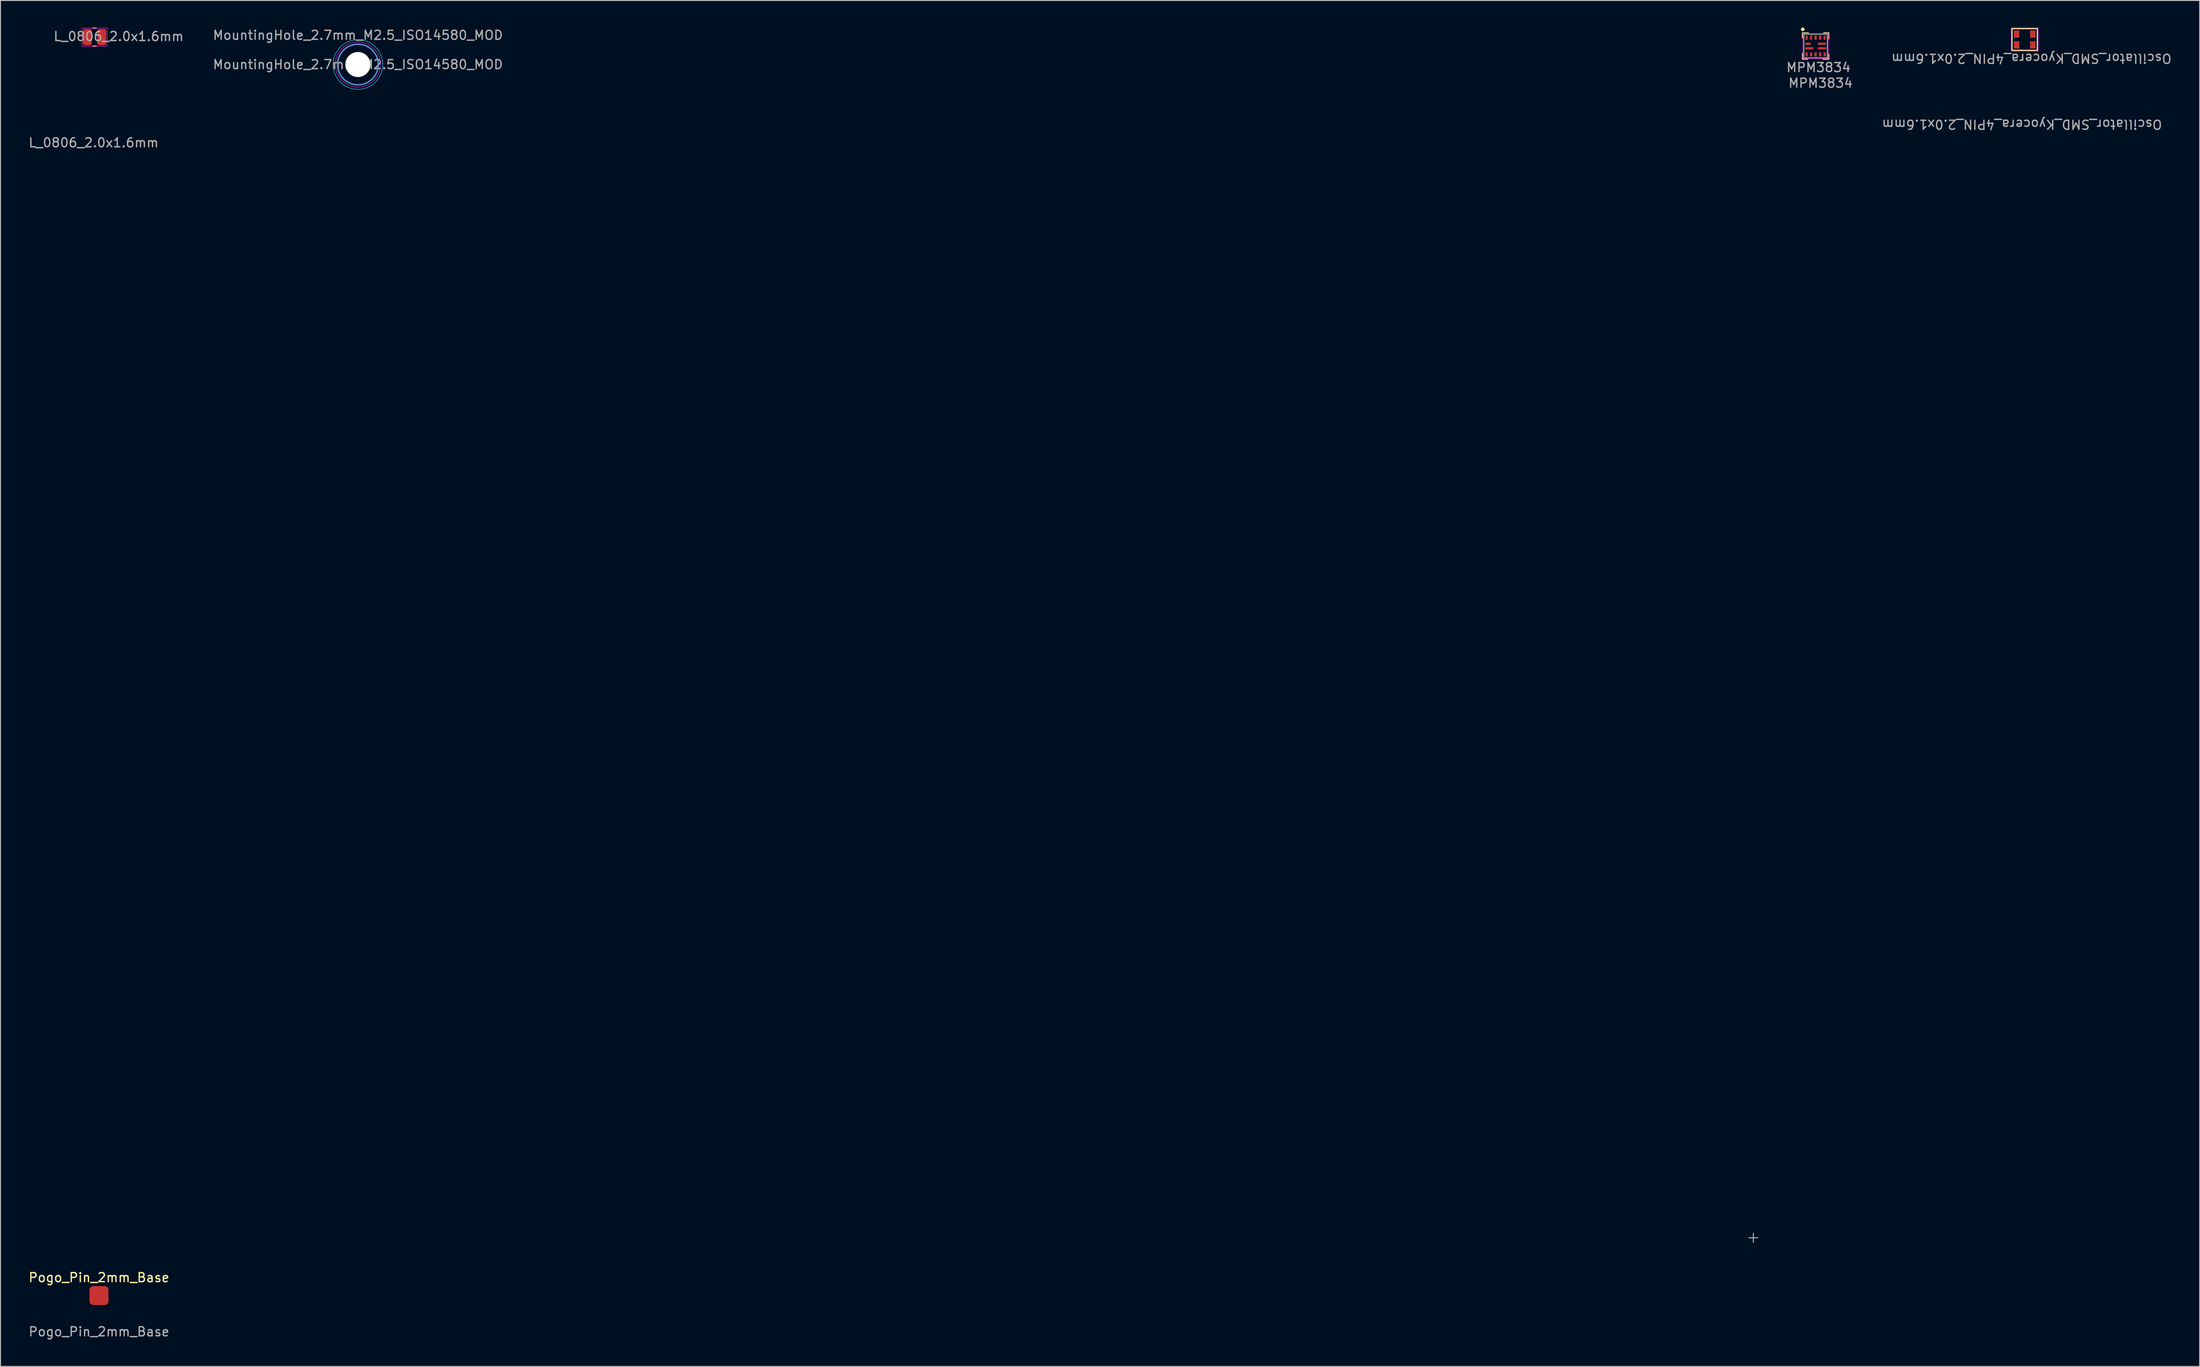
<source format=kicad_pcb>
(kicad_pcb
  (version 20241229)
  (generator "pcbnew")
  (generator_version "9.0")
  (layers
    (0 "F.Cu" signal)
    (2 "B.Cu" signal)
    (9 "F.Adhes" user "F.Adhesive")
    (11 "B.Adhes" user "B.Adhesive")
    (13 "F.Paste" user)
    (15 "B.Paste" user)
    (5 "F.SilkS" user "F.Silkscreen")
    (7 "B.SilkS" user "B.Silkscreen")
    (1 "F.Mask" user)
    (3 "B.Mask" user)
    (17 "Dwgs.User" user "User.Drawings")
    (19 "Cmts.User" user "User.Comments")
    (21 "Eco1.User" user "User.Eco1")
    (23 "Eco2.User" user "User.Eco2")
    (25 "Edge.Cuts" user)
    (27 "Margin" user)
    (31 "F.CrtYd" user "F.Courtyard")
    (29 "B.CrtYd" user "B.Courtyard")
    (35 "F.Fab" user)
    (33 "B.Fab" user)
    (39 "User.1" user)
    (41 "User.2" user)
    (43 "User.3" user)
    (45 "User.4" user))
  (footprint "Oscillator_SMD_Kyocera_4PIN_2.0x1.6mm"
    (layer "F.Cu")
    (at 221.124 1.325)
    (property "Reference" "Oscillator_SMD_Kyocera_4PIN_2.0x1.6mm" (at 0.75 2.1 180) (unlocked yes) (layer "F.Fab") (effects (font (size 1 1) (thickness 0.15))))
    (attr smd)
    (fp_rect (start -1.4 -1.2) (end 1.4 1.2) (stroke (width 0.12) (type default)) (fill no) (layer "F.SilkS"))
    (fp_rect (start -1.5 -1.3) (end 1.5 1.3) (stroke (width 0.05) (type default)) (fill no) (layer "F.CrtYd"))
    (fp_text user "${REFERENCE}" (at -0.3 9.4 180) (unlocked yes) (layer "F.Fab") (effects (font (size 1 1) (thickness 0.15))))
    (pad "1" smd rect (at -0.9 0.6 180) (size 0.6 0.8) (layers "F.Cu" "F.Mask" "F.Paste"))
    (pad "2" smd rect (at 0.9 0.6 180) (size 0.6 0.8) (layers "F.Cu" "F.Mask" "F.Paste"))
    (pad "3" smd rect (at 0.9 -0.6 180) (size 0.6 0.8) (layers "F.Cu" "F.Mask" "F.Paste"))
    (pad "4" smd rect (at -0.9 -0.6 180) (size 0.6 0.8) (layers "F.Cu" "F.Mask" "F.Paste")))
  (footprint "MPM3834"
    (layer "F.Cu")
    (at 197.976 2.05)
    (property "Reference" "MPM3834" (at 0.325 2.375 0) (unlocked yes) (layer "F.Fab") (effects (font (size 1 1) (thickness 0.15))))
    (attr smd)
    (fp_line (start -1.45 -1.45) (end -1.45 -0.9) (stroke (width 0.12) (type default)) (layer "F.SilkS"))
    (fp_line (start -1.45 0.8) (end -1.45 1.45) (stroke (width 0.12) (type default)) (layer "F.SilkS"))
    (fp_line (start -1.45 1.45) (end -0.9 1.45) (stroke (width 0.12) (type default)) (layer "F.SilkS"))
    (fp_line (start -0.8 -1.45) (end -1.45 -1.45) (stroke (width 0.12) (type default)) (layer "F.SilkS"))
    (fp_line (start 0.8 1.45) (end 1.45 1.45) (stroke (width 0.12) (type default)) (layer "F.SilkS"))
    (fp_line (start 1.45 -1.45) (end 0.9 -1.45) (stroke (width 0.12) (type default)) (layer "F.SilkS"))
    (fp_line (start 1.45 -0.8) (end 1.45 -1.45) (stroke (width 0.12) (type default)) (layer "F.SilkS"))
    (fp_line (start 1.45 1.45) (end 1.45 0.9) (stroke (width 0.12) (type default)) (layer "F.SilkS"))
    (fp_circle (center -1.425 -1.85) (end -1.325 -1.85) (stroke (width 0.2) (type default)) (fill no) (layer "F.SilkS"))
    (fp_rect (start -1.4 -1.4) (end 1.4 1.4) (stroke (width 0.05) (type default)) (fill no) (layer "F.CrtYd"))
    (fp_rect (start -1.3 -1.3) (end 1.3 1.3) (stroke (width 0.1) (type default)) (fill no) (layer "F.Fab"))
    (fp_text user "${REFERENCE}" (at 0.55 4.1 0) (unlocked yes) (layer "F.Fab") (effects (font (size 1 1) (thickness 0.15))))
    (pad "1" smd rect (at -0.85 -0.25 180) (size 0.6 0.25) (layers "F.Cu" "F.Mask" "F.Paste"))
    (pad "2" smd rect (at -0.7 0.25 180) (size 0.9 0.25) (layers "F.Cu" "F.Mask" "F.Paste"))
    (pad "3" smd rect (at -1 0.925 270) (size 0.45 0.25) (layers "F.Cu" "F.Mask" "F.Paste"))
    (pad "4" smd rect (at -0.5 0.925 270) (size 0.45 0.25) (layers "F.Cu" "F.Mask" "F.Paste"))
    (pad "5" smd rect (at 0 0.925 270) (size 0.45 0.25) (layers "F.Cu" "F.Mask" "F.Paste"))
    (pad "6" smd rect (at 0.5 0.925 270) (size 0.45 0.25) (layers "F.Cu" "F.Mask" "F.Paste"))
    (pad "7" smd rect (at 1 0.925 270) (size 0.45 0.25) (layers "F.Cu" "F.Mask" "F.Paste"))
    (pad "8" smd rect (at 0.7 0.25 180) (size 0.9 0.25) (layers "F.Cu" "F.Mask" "F.Paste"))
    (pad "9" smd rect (at 0.7 -0.25 180) (size 0.9 0.25) (layers "F.Cu" "F.Mask" "F.Paste"))
    (pad "10" smd rect (at 1 -0.925 90) (size 0.45 0.25) (layers "F.Cu" "F.Mask" "F.Paste"))
    (pad "11" smd rect (at 0.5 -0.925 90) (size 0.45 0.25) (layers "F.Cu" "F.Mask" "F.Paste"))
    (pad "12" smd rect (at 0 -0.925 90) (size 0.45 0.25) (layers "F.Cu" "F.Mask" "F.Paste"))
    (pad "13" smd rect (at -0.5 -0.925 90) (size 0.45 0.25) (layers "F.Cu" "F.Mask" "F.Paste"))
    (pad "14" smd rect (at -1 -0.925 90) (size 0.45 0.25) (layers "F.Cu" "F.Mask" "F.Paste")))
  (footprint "MountingHole_2.7mm_M2.5_ISO14580_MOD"
    (layer "F.Cu")
    (at 36.579 4.098)
    (property "Reference" "MountingHole_2.7mm_M2.5_ISO14580_MOD" (at 0 -3.25 0) (layer "F.Fab") (effects (font (size 1 1) (thickness 0.15))))
    (attr exclude_from_pos_files)
    (fp_circle (center 0 0) (end 2.5 0) (stroke (width 0.01) (type solid)) (fill yes) (layer "F.Mask"))
    (fp_circle (center 0 0) (end 2.7 0) (stroke (width 0.00001) (type solid)) (fill yes) (layer "B.Mask"))
    (fp_circle (center 0 0) (end 1.35 0) (stroke (width 0.1) (type default)) (fill no) (layer "Dwgs.User"))
    (fp_circle (center 0 0) (end 2.25 0) (stroke (width 0.15) (type solid)) (fill no) (layer "Cmts.User"))
    (fp_circle (center 0 0) (end 2.75 0) (stroke (width 0.05) (type solid)) (fill no) (layer "B.CrtYd"))
    (fp_circle (center 0 0) (end 2.5 0) (stroke (width 0.05) (type solid)) (fill no) (layer "F.CrtYd"))
    (fp_text user "${REFERENCE}" (at 0 0 0) (layer "F.Fab") (effects (font (size 1 1) (thickness 0.15))))
    (dimension (type center) (layer "Dwgs.User") (pts (xy 191.079 134.098) (xy 191.079 133.598)) (style (thickness 0.1) (arrow_length 1.27) (text_position_mode 0) (extension_offset 0.5) (keep_text_aligned yes)))
    (pad "" np_thru_hole circle (at 0 0) (size 2.7 2.7) (drill 2.7) (layers "*.Cu" "*.Paste" "*.Mask"))
    (zone (net_name "") (layer "F.Cu") (name "keep1") (hatch edge 0.5) (connect_pads) (min_thickness 0.25) (filled_areas_thickness no) (keepout (tracks not_allowed) (vias allowed) (pads allowed) (copperpour not_allowed) (footprints not_allowed)) (placement (enabled no)) (fill) (polygon (pts (xy 39.179 4.098) (xy 39.16 3.785) (xy 39.103 3.476) (xy 39.01 3.176) (xy 38.881 2.89) (xy 38.718 2.621) (xy 38.525 2.374) (xy 38.303 2.152) (xy 38.056 1.958) (xy 37.787 1.796) (xy 37.501 1.667) (xy 37.201 1.574) (xy 36.892 1.517) (xy 36.579 1.498) (xy 36.265 1.517) (xy 35.956 1.574) (xy 35.657 1.667) (xy 35.37 1.796) (xy 35.102 1.958) (xy 34.854 2.152) (xy 34.632 2.374) (xy 34.439 2.621) (xy 34.276 2.89) (xy 34.148 3.176) (xy 34.054 3.476) (xy 33.998 3.785) (xy 33.979 4.098) (xy 33.998 4.412) (xy 34.054 4.72) (xy 34.148 5.02) (xy 34.276 5.307) (xy 34.439 5.575) (xy 34.632 5.822) (xy 34.854 6.044) (xy 35.102 6.238) (xy 35.37 6.4) (xy 35.657 6.529) (xy 35.956 6.623) (xy 36.265 6.679) (xy 36.579 6.698) (xy 36.892 6.679) (xy 37.201 6.623) (xy 37.501 6.529) (xy 37.787 6.4) (xy 38.056 6.238) (xy 38.303 6.044) (xy 38.525 5.822) (xy 38.718 5.575) (xy 38.881 5.307) (xy 39.01 5.02) (xy 39.103 4.72) (xy 39.16 4.412))))
    (zone (net_name "") (layer "B.Cu") (name "keepout1") (hatch edge 0.5) (connect_pads) (min_thickness 0.25) (filled_areas_thickness no) (keepout (tracks not_allowed) (vias allowed) (pads allowed) (copperpour not_allowed) (footprints not_allowed)) (placement (enabled no)) (fill) (polygon (pts (xy 39.329 4.098) (xy 39.309 3.767) (xy 39.249 3.44) (xy 39.15 3.123) (xy 39.014 2.82) (xy 38.842 2.536) (xy 38.637 2.275) (xy 38.402 2.04) (xy 38.141 1.835) (xy 37.857 1.663) (xy 37.554 1.527) (xy 37.237 1.428) (xy 36.91 1.368) (xy 36.579 1.348) (xy 36.247 1.368) (xy 35.92 1.428) (xy 35.603 1.527) (xy 35.301 1.663) (xy 35.016 1.835) (xy 34.755 2.04) (xy 34.52 2.275) (xy 34.315 2.536) (xy 34.144 2.82) (xy 34.007 3.123) (xy 33.908 3.44) (xy 33.849 3.767) (xy 33.829 4.098) (xy 33.849 4.43) (xy 33.908 4.756) (xy 34.007 5.073) (xy 34.144 5.376) (xy 34.315 5.66) (xy 34.52 5.922) (xy 34.755 6.157) (xy 35.016 6.361) (xy 35.301 6.533) (xy 35.603 6.67) (xy 35.92 6.768) (xy 36.247 6.828) (xy 36.579 6.848) (xy 36.91 6.828) (xy 37.237 6.768) (xy 37.554 6.67) (xy 37.857 6.533) (xy 38.141 6.361) (xy 38.402 6.157) (xy 38.637 5.922) (xy 38.842 5.66) (xy 39.014 5.376) (xy 39.15 5.073) (xy 39.249 4.756) (xy 39.309 4.43)))))
  (footprint "Pogo_Pin_2mm_Base"
    (layer "F.Cu")
    (at 7.911 140.497)
    (property "Reference" "Pogo_Pin_2mm_Base" (at 0 -2 0) (unlocked yes) (layer "F.SilkS") (effects (font (size 1 1) (thickness 0.15))))
    (attr smd)
    (fp_text user "${REFERENCE}" (at 0 4 0) (unlocked yes) (layer "F.Fab") (effects (font (size 1 1) (thickness 0.15))))
    (pad "1" smd roundrect (at 0 0) (size 2.1 2.1) (layers "F.Cu" "F.Mask" "F.Paste") (roundrect_rratio 0.2)))
  (footprint "L_0806_2.0x1.6mm"
    (layer "F.Cu")
    (at 7.415 1.06)
    (property "Reference" "L_0806_2.0x1.6mm" (at 2.675 -0.075 0) (unlocked yes) (layer "F.Fab") (effects (font (size 1 1) (thickness 0.15))))
    (attr smd)
    (fp_line (start -0.2 -1) (end 0.2 -1) (stroke (width 0.12) (type default)) (layer "F.SilkS"))
    (fp_line (start -0.2 1) (end 0.2 1) (stroke (width 0.12) (type default)) (layer "F.SilkS"))
    (fp_rect (start -1.4 -1) (end 1.4 1) (stroke (width 0.05) (type default)) (fill no) (layer "F.CrtYd"))
    (fp_text user "${REFERENCE}" (at -0.1 11.7 0) (unlocked yes) (layer "F.Fab") (effects (font (size 1 1) (thickness 0.15))))
    (pad "1" smd roundrect (at -0.8 0) (size 1 1.8) (layers "F.Cu" "F.Mask" "F.Paste") (roundrect_rratio 0.25))
    (pad "2" smd roundrect (at 0.8 0) (size 1 1.8) (layers "F.Cu" "F.Mask" "F.Paste") (roundrect_rratio 0.25)))
  (gr_rect
    (start -3 -3)
    (end 240.499 148.345)
    (stroke (width 0.1) (type default))
    (fill no)
    (layer "Edge.Cuts")))
</source>
